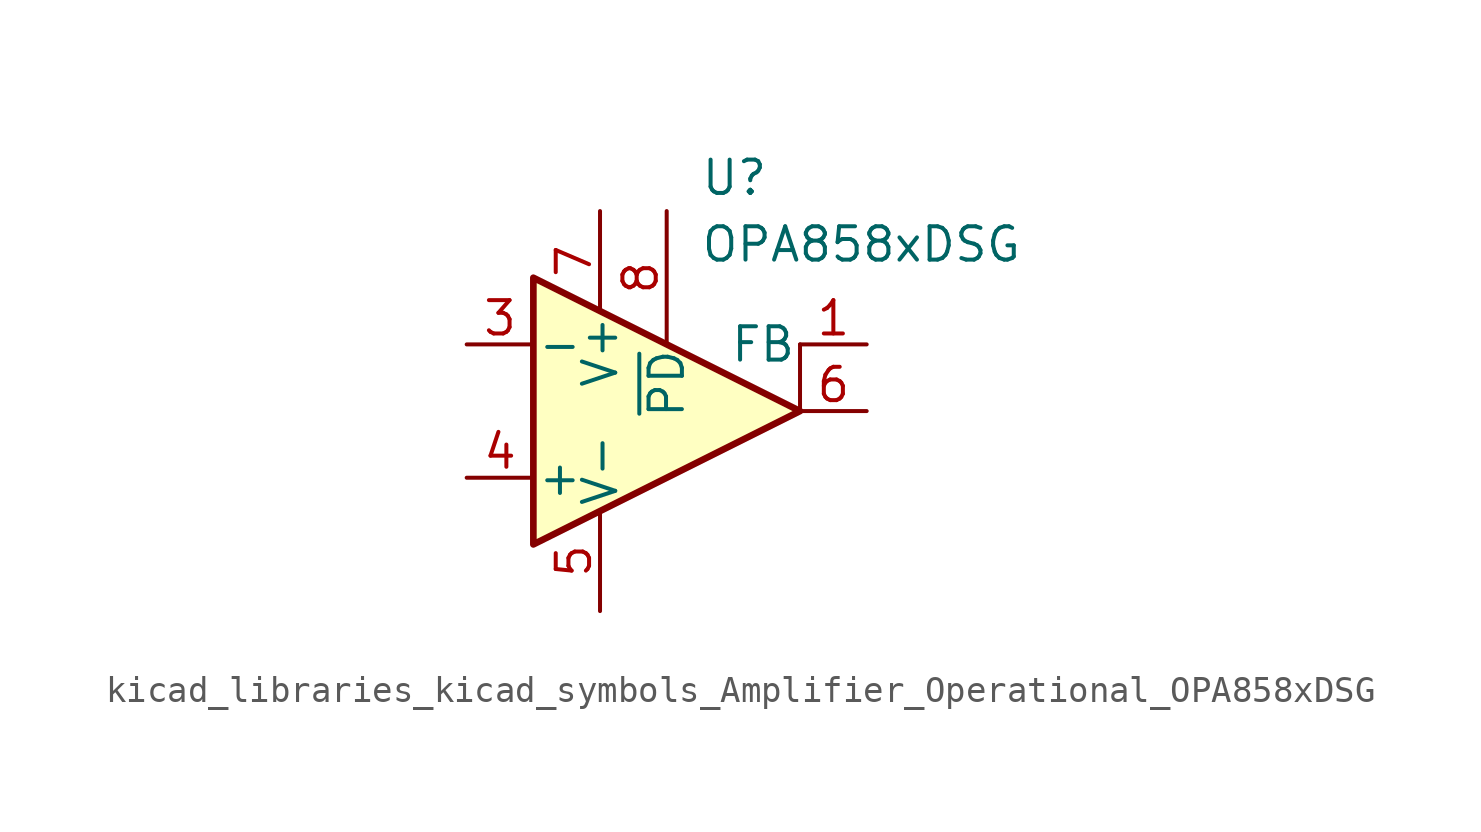
<source format=kicad_sym>
(kicad_symbol_lib
  (version 20220914)
  (generator kicad_symbol_editor)
  (symbol "kicad_libraries_kicad_symbols_Amplifier_Operational_OPA858xDSG"
    (pin_names
      (offset 0.127))
    (property "Reference" "U"
      (at 1.27 8.89 0)
      (effects (font (size 1.27 1.27)) (justify left)))
    (property "Value" "OPA858xDSG"
      (at 1.27 6.35 0)
      (effects (font (size 1.27 1.27)) (justify left)))
    (symbol "kicad_libraries_kicad_symbols_Amplifier_Operational_OPA858xDSG_0_0"
      (pin power_in line (at -2.54 7.62 270) (length 3.81) (name "V+" (effects (font (size 1.27 1.27)))) (number "7" (effects (font (size 1.27 1.27)))))
      (pin input line (at 0 7.62 270) (length 5.08) (name "~{PD}" (effects (font (size 1.27 1.27)))) (number "8" (effects (font (size 1.27 1.27)))))
      (pin passive line (at -2.54 -7.62 90) (length 3.81) hide (name "V-" (effects (font (size 1.27 1.27)))) (number "9" (effects (font (size 1.27 1.27))))))
    (symbol "kicad_libraries_kicad_symbols_Amplifier_Operational_OPA858xDSG_0_1"
      (polyline (pts (xy 5.08 0) (xy 5.08 2.54)) (stroke (width 0.152) (type default)) (fill (type none)))
      (polyline (pts (xy -5.08 5.08) (xy 5.08 0) (xy -5.08 -5.08) (xy -5.08 5.08)) (stroke (width 0.254) (type default)) (fill (type background)))
      (pin no_connect line (at -5.08 -5.08 90) (length 3.81) hide (name "NC" (effects (font (size 1.27 1.27)))) (number "2" (effects (font (size 1.27 1.27)))))
      (pin output line (at 7.62 0 180) (length 2.54) (name "~" (effects (font (size 1.27 1.27)))) (number "6" (effects (font (size 1.27 1.27))))))
    (symbol "kicad_libraries_kicad_symbols_Amplifier_Operational_OPA858xDSG_1_1"
      (pin output line (at 7.62 2.54 180) (length 2.54) (name "FB" (effects (font (size 1.27 1.27)))) (number "1" (effects (font (size 1.27 1.27)))))
      (pin input line (at -7.62 2.54 0) (length 2.54) (name "-" (effects (font (size 1.27 1.27)))) (number "3" (effects (font (size 1.27 1.27)))))
      (pin input line (at -7.62 -2.54 0) (length 2.54) (name "+" (effects (font (size 1.27 1.27)))) (number "4" (effects (font (size 1.27 1.27)))))
      (pin power_in line (at -2.54 -7.62 90) (length 3.81) (name "V-" (effects (font (size 1.27 1.27)))) (number "5" (effects (font (size 1.27 1.27))))))))
</source>
